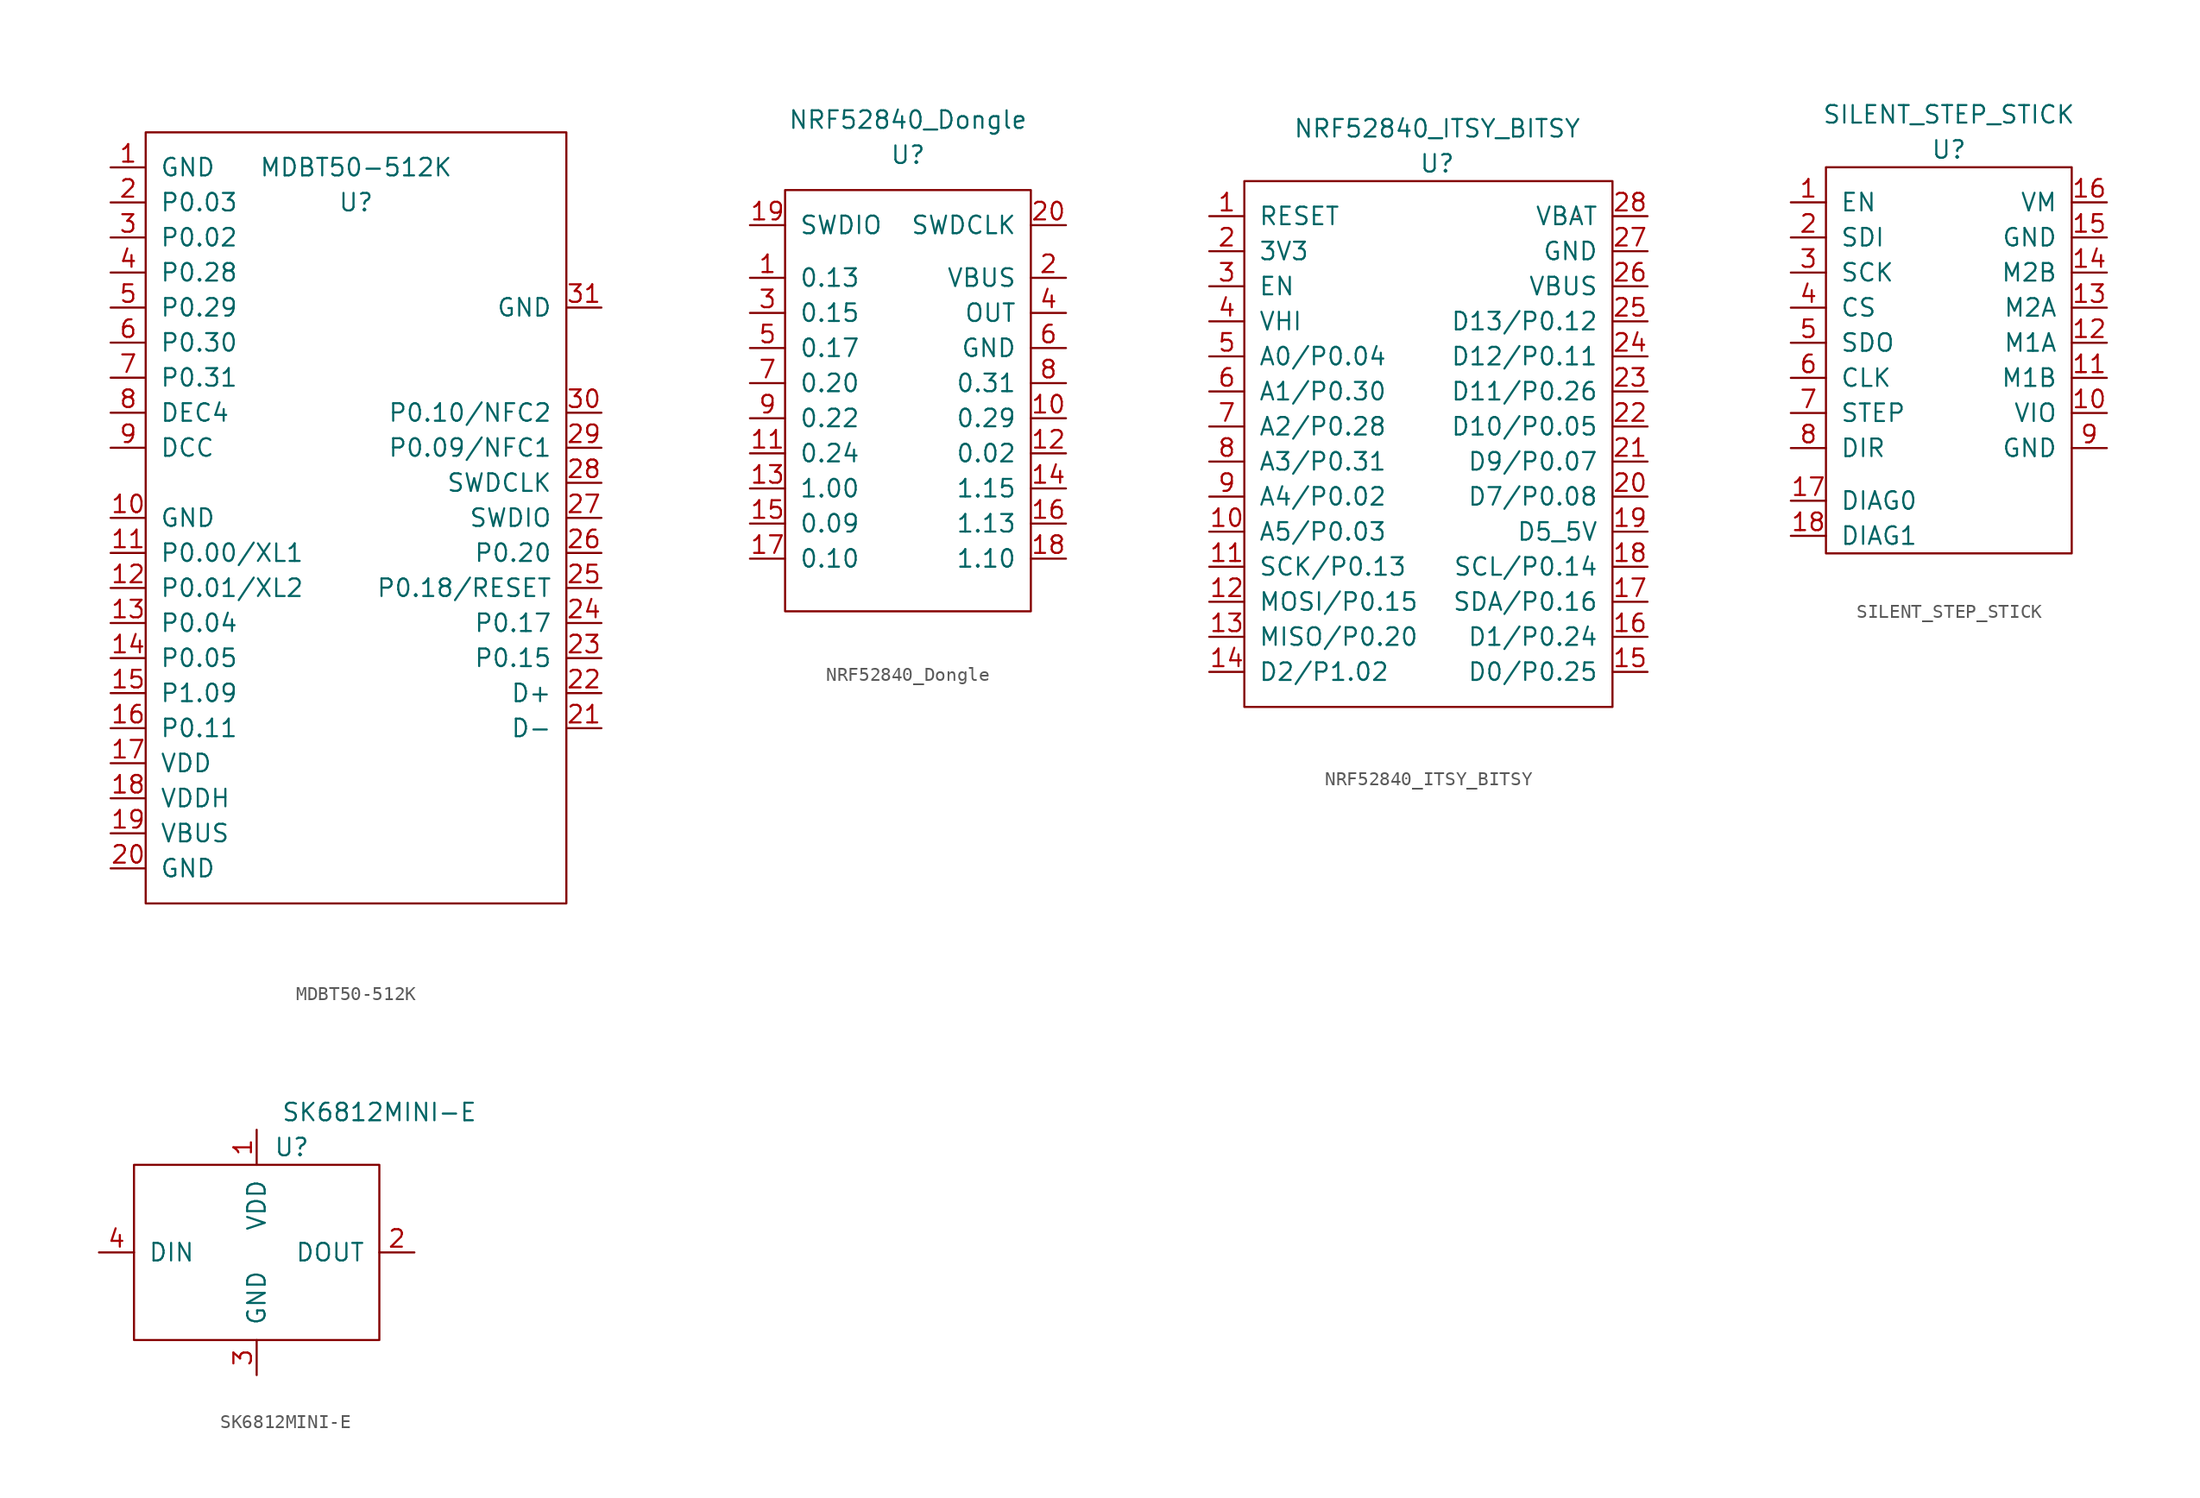
<source format=kicad_sym>
(kicad_symbol_lib
  (version 20220914)
  (generator kicad_symbol_editor)
  (symbol "MDBT50-512K"
    (pin_names
      (offset 1.016))
    (property "Reference" "U"
      (at 15.24 -5.08 0)
      (effects (font (size 1.27 1.27))))
    (property "Value" "MDBT50-512K"
      (at 15.24 -2.54 0)
      (effects (font (size 1.27 1.27))))
    (symbol "MDBT50-512K_0_1"
      (rectangle (start 0 0) (end 30.48 -55.88) (stroke (width 0) (type solid)) (fill (type none))))
    (symbol "MDBT50-512K_1_1"
      (pin input line (at -2.54 -2.54 0) (length 2.54) (name "GND" (effects (font (size 1.27 1.27)))) (number "1" (effects (font (size 1.27 1.27)))))
      (pin input line (at -2.54 -27.94 0) (length 2.54) (name "GND" (effects (font (size 1.27 1.27)))) (number "10" (effects (font (size 1.27 1.27)))))
      (pin input line (at -2.54 -30.48 0) (length 2.54) (name "P0.00/XL1" (effects (font (size 1.27 1.27)))) (number "11" (effects (font (size 1.27 1.27)))))
      (pin input line (at -2.54 -33.02 0) (length 2.54) (name "P0.01/XL2" (effects (font (size 1.27 1.27)))) (number "12" (effects (font (size 1.27 1.27)))))
      (pin input line (at -2.54 -35.56 0) (length 2.54) (name "P0.04" (effects (font (size 1.27 1.27)))) (number "13" (effects (font (size 1.27 1.27)))))
      (pin input line (at -2.54 -38.1 0) (length 2.54) (name "P0.05" (effects (font (size 1.27 1.27)))) (number "14" (effects (font (size 1.27 1.27)))))
      (pin input line (at -2.54 -40.64 0) (length 2.54) (name "P1.09" (effects (font (size 1.27 1.27)))) (number "15" (effects (font (size 1.27 1.27)))))
      (pin input line (at -2.54 -43.18 0) (length 2.54) (name "P0.11" (effects (font (size 1.27 1.27)))) (number "16" (effects (font (size 1.27 1.27)))))
      (pin input line (at -2.54 -45.72 0) (length 2.54) (name "VDD" (effects (font (size 1.27 1.27)))) (number "17" (effects (font (size 1.27 1.27)))))
      (pin input line (at -2.54 -48.26 0) (length 2.54) (name "VDDH" (effects (font (size 1.27 1.27)))) (number "18" (effects (font (size 1.27 1.27)))))
      (pin input line (at -2.54 -50.8 0) (length 2.54) (name "VBUS" (effects (font (size 1.27 1.27)))) (number "19" (effects (font (size 1.27 1.27)))))
      (pin input line (at -2.54 -5.08 0) (length 2.54) (name "P0.03" (effects (font (size 1.27 1.27)))) (number "2" (effects (font (size 1.27 1.27)))))
      (pin input line (at -2.54 -53.34 0) (length 2.54) (name "GND" (effects (font (size 1.27 1.27)))) (number "20" (effects (font (size 1.27 1.27)))))
      (pin input line (at 33.02 -43.18 180) (length 2.54) (name "D-" (effects (font (size 1.27 1.27)))) (number "21" (effects (font (size 1.27 1.27)))))
      (pin input line (at 33.02 -40.64 180) (length 2.54) (name "D+" (effects (font (size 1.27 1.27)))) (number "22" (effects (font (size 1.27 1.27)))))
      (pin input line (at 33.02 -38.1 180) (length 2.54) (name "P0.15" (effects (font (size 1.27 1.27)))) (number "23" (effects (font (size 1.27 1.27)))))
      (pin input line (at 33.02 -35.56 180) (length 2.54) (name "P0.17" (effects (font (size 1.27 1.27)))) (number "24" (effects (font (size 1.27 1.27)))))
      (pin input line (at 33.02 -33.02 180) (length 2.54) (name "P0.18/RESET" (effects (font (size 1.27 1.27)))) (number "25" (effects (font (size 1.27 1.27)))))
      (pin input line (at 33.02 -30.48 180) (length 2.54) (name "P0.20" (effects (font (size 1.27 1.27)))) (number "26" (effects (font (size 1.27 1.27)))))
      (pin input line (at 33.02 -27.94 180) (length 2.54) (name "SWDIO" (effects (font (size 1.27 1.27)))) (number "27" (effects (font (size 1.27 1.27)))))
      (pin input line (at 33.02 -25.4 180) (length 2.54) (name "SWDCLK" (effects (font (size 1.27 1.27)))) (number "28" (effects (font (size 1.27 1.27)))))
      (pin input line (at 33.02 -22.86 180) (length 2.54) (name "P0.09/NFC1" (effects (font (size 1.27 1.27)))) (number "29" (effects (font (size 1.27 1.27)))))
      (pin input line (at -2.54 -7.62 0) (length 2.54) (name "P0.02" (effects (font (size 1.27 1.27)))) (number "3" (effects (font (size 1.27 1.27)))))
      (pin input line (at 33.02 -20.32 180) (length 2.54) (name "P0.10/NFC2" (effects (font (size 1.27 1.27)))) (number "30" (effects (font (size 1.27 1.27)))))
      (pin input line (at 33.02 -12.7 180) (length 2.54) (name "GND" (effects (font (size 1.27 1.27)))) (number "31" (effects (font (size 1.27 1.27)))))
      (pin input line (at -2.54 -10.16 0) (length 2.54) (name "P0.28" (effects (font (size 1.27 1.27)))) (number "4" (effects (font (size 1.27 1.27)))))
      (pin input line (at -2.54 -12.7 0) (length 2.54) (name "P0.29" (effects (font (size 1.27 1.27)))) (number "5" (effects (font (size 1.27 1.27)))))
      (pin input line (at -2.54 -15.24 0) (length 2.54) (name "P0.30" (effects (font (size 1.27 1.27)))) (number "6" (effects (font (size 1.27 1.27)))))
      (pin input line (at -2.54 -17.78 0) (length 2.54) (name "P0.31" (effects (font (size 1.27 1.27)))) (number "7" (effects (font (size 1.27 1.27)))))
      (pin input line (at -2.54 -20.32 0) (length 2.54) (name "DEC4" (effects (font (size 1.27 1.27)))) (number "8" (effects (font (size 1.27 1.27)))))
      (pin input line (at -2.54 -22.86 0) (length 2.54) (name "DCC" (effects (font (size 1.27 1.27)))) (number "9" (effects (font (size 1.27 1.27)))))))
  (symbol "NRF52840_Dongle"
    (pin_names
      (offset 1.016))
    (property "Reference" "U"
      (at 0 6.35 0)
      (effects (font (size 1.27 1.27))))
    (property "Value" "NRF52840_Dongle"
      (at 0 8.89 0)
      (effects (font (size 1.27 1.27))))
    (symbol "NRF52840_Dongle_0_1"
      (rectangle (start -8.89 3.81) (end 8.89 -26.67) (stroke (width 0) (type solid)) (fill (type none))))
    (symbol "NRF52840_Dongle_1_1"
      (pin bidirectional line (at -11.43 -2.54 0) (length 2.54) (name "0.13" (effects (font (size 1.27 1.27)))) (number "1" (effects (font (size 1.27 1.27)))))
      (pin bidirectional line (at 11.43 -12.7 180) (length 2.54) (name "0.29" (effects (font (size 1.27 1.27)))) (number "10" (effects (font (size 1.27 1.27)))))
      (pin bidirectional line (at -11.43 -15.24 0) (length 2.54) (name "0.24" (effects (font (size 1.27 1.27)))) (number "11" (effects (font (size 1.27 1.27)))))
      (pin bidirectional line (at 11.43 -15.24 180) (length 2.54) (name "0.02" (effects (font (size 1.27 1.27)))) (number "12" (effects (font (size 1.27 1.27)))))
      (pin bidirectional line (at -11.43 -17.78 0) (length 2.54) (name "1.00" (effects (font (size 1.27 1.27)))) (number "13" (effects (font (size 1.27 1.27)))))
      (pin bidirectional line (at 11.43 -17.78 180) (length 2.54) (name "1.15" (effects (font (size 1.27 1.27)))) (number "14" (effects (font (size 1.27 1.27)))))
      (pin bidirectional line (at -11.43 -20.32 0) (length 2.54) (name "0.09" (effects (font (size 1.27 1.27)))) (number "15" (effects (font (size 1.27 1.27)))))
      (pin bidirectional line (at 11.43 -20.32 180) (length 2.54) (name "1.13" (effects (font (size 1.27 1.27)))) (number "16" (effects (font (size 1.27 1.27)))))
      (pin bidirectional line (at -11.43 -22.86 0) (length 2.54) (name "0.10" (effects (font (size 1.27 1.27)))) (number "17" (effects (font (size 1.27 1.27)))))
      (pin bidirectional line (at 11.43 -22.86 180) (length 2.54) (name "1.10" (effects (font (size 1.27 1.27)))) (number "18" (effects (font (size 1.27 1.27)))))
      (pin bidirectional line (at -11.43 1.27 0) (length 2.54) (name "SWDIO" (effects (font (size 1.27 1.27)))) (number "19" (effects (font (size 1.27 1.27)))))
      (pin bidirectional line (at 11.43 -2.54 180) (length 2.54) (name "VBUS" (effects (font (size 1.27 1.27)))) (number "2" (effects (font (size 1.27 1.27)))))
      (pin bidirectional line (at 11.43 1.27 180) (length 2.54) (name "SWDCLK" (effects (font (size 1.27 1.27)))) (number "20" (effects (font (size 1.27 1.27)))))
      (pin bidirectional line (at -11.43 -5.08 0) (length 2.54) (name "0.15" (effects (font (size 1.27 1.27)))) (number "3" (effects (font (size 1.27 1.27)))))
      (pin bidirectional line (at 11.43 -5.08 180) (length 2.54) (name "OUT" (effects (font (size 1.27 1.27)))) (number "4" (effects (font (size 1.27 1.27)))))
      (pin bidirectional line (at -11.43 -7.62 0) (length 2.54) (name "0.17" (effects (font (size 1.27 1.27)))) (number "5" (effects (font (size 1.27 1.27)))))
      (pin bidirectional line (at 11.43 -7.62 180) (length 2.54) (name "GND" (effects (font (size 1.27 1.27)))) (number "6" (effects (font (size 1.27 1.27)))))
      (pin bidirectional line (at -11.43 -10.16 0) (length 2.54) (name "0.20" (effects (font (size 1.27 1.27)))) (number "7" (effects (font (size 1.27 1.27)))))
      (pin bidirectional line (at 11.43 -10.16 180) (length 2.54) (name "0.31" (effects (font (size 1.27 1.27)))) (number "8" (effects (font (size 1.27 1.27)))))
      (pin bidirectional line (at -11.43 -12.7 0) (length 2.54) (name "0.22" (effects (font (size 1.27 1.27)))) (number "9" (effects (font (size 1.27 1.27)))))))
  (symbol "NRF52840_ITSY_BITSY"
    (pin_names
      (offset 1.016))
    (property "Reference" "U"
      (at 0 5.08 0)
      (effects (font (size 1.27 1.27))))
    (property "Value" "NRF52840_ITSY_BITSY"
      (at 0 7.62 0)
      (effects (font (size 1.27 1.27))))
    (symbol "NRF52840_ITSY_BITSY_0_1"
      (rectangle (start -13.97 3.81) (end 12.7 -34.29) (stroke (width 0) (type solid)) (fill (type none)))
      (rectangle (start 10.16 1.27) (end 10.16 1.27) (stroke (width 0) (type solid)) (fill (type none))))
    (symbol "NRF52840_ITSY_BITSY_1_1"
      (pin input line (at -16.51 1.27 0) (length 2.54) (name "RESET" (effects (font (size 1.27 1.27)))) (number "1" (effects (font (size 1.27 1.27)))))
      (pin input line (at -16.51 -21.59 0) (length 2.54) (name "A5/P0.03" (effects (font (size 1.27 1.27)))) (number "10" (effects (font (size 1.27 1.27)))))
      (pin input line (at -16.51 -24.13 0) (length 2.54) (name "SCK/P0.13" (effects (font (size 1.27 1.27)))) (number "11" (effects (font (size 1.27 1.27)))))
      (pin input line (at -16.51 -26.67 0) (length 2.54) (name "MOSI/P0.15" (effects (font (size 1.27 1.27)))) (number "12" (effects (font (size 1.27 1.27)))))
      (pin input line (at -16.51 -29.21 0) (length 2.54) (name "MISO/P0.20" (effects (font (size 1.27 1.27)))) (number "13" (effects (font (size 1.27 1.27)))))
      (pin input line (at -16.51 -31.75 0) (length 2.54) (name "D2/P1.02" (effects (font (size 1.27 1.27)))) (number "14" (effects (font (size 1.27 1.27)))))
      (pin input line (at 15.24 -31.75 180) (length 2.54) (name "D0/P0.25" (effects (font (size 1.27 1.27)))) (number "15" (effects (font (size 1.27 1.27)))))
      (pin input line (at 15.24 -29.21 180) (length 2.54) (name "D1/P0.24" (effects (font (size 1.27 1.27)))) (number "16" (effects (font (size 1.27 1.27)))))
      (pin input line (at 15.24 -26.67 180) (length 2.54) (name "SDA/P0.16" (effects (font (size 1.27 1.27)))) (number "17" (effects (font (size 1.27 1.27)))))
      (pin input line (at 15.24 -24.13 180) (length 2.54) (name "SCL/P0.14" (effects (font (size 1.27 1.27)))) (number "18" (effects (font (size 1.27 1.27)))))
      (pin input line (at 15.24 -21.59 180) (length 2.54) (name "D5_5V" (effects (font (size 1.27 1.27)))) (number "19" (effects (font (size 1.27 1.27)))))
      (pin input line (at -16.51 -1.27 0) (length 2.54) (name "3V3" (effects (font (size 1.27 1.27)))) (number "2" (effects (font (size 1.27 1.27)))))
      (pin input line (at 15.24 -19.05 180) (length 2.54) (name "D7/P0.08" (effects (font (size 1.27 1.27)))) (number "20" (effects (font (size 1.27 1.27)))))
      (pin input line (at 15.24 -16.51 180) (length 2.54) (name "D9/P0.07" (effects (font (size 1.27 1.27)))) (number "21" (effects (font (size 1.27 1.27)))))
      (pin input line (at 15.24 -13.97 180) (length 2.54) (name "D10/P0.05" (effects (font (size 1.27 1.27)))) (number "22" (effects (font (size 1.27 1.27)))))
      (pin input line (at 15.24 -11.43 180) (length 2.54) (name "D11/P0.26" (effects (font (size 1.27 1.27)))) (number "23" (effects (font (size 1.27 1.27)))))
      (pin input line (at 15.24 -8.89 180) (length 2.54) (name "D12/P0.11" (effects (font (size 1.27 1.27)))) (number "24" (effects (font (size 1.27 1.27)))))
      (pin input line (at 15.24 -6.35 180) (length 2.54) (name "D13/P0.12" (effects (font (size 1.27 1.27)))) (number "25" (effects (font (size 1.27 1.27)))))
      (pin input line (at 15.24 -3.81 180) (length 2.54) (name "VBUS" (effects (font (size 1.27 1.27)))) (number "26" (effects (font (size 1.27 1.27)))))
      (pin input line (at 15.24 -1.27 180) (length 2.54) (name "GND" (effects (font (size 1.27 1.27)))) (number "27" (effects (font (size 1.27 1.27)))))
      (pin input line (at 15.24 1.27 180) (length 2.54) (name "VBAT" (effects (font (size 1.27 1.27)))) (number "28" (effects (font (size 1.27 1.27)))))
      (pin input line (at -16.51 -3.81 0) (length 2.54) (name "EN" (effects (font (size 1.27 1.27)))) (number "3" (effects (font (size 1.27 1.27)))))
      (pin input line (at -16.51 -6.35 0) (length 2.54) (name "VHI" (effects (font (size 1.27 1.27)))) (number "4" (effects (font (size 1.27 1.27)))))
      (pin input line (at -16.51 -8.89 0) (length 2.54) (name "A0/P0.04" (effects (font (size 1.27 1.27)))) (number "5" (effects (font (size 1.27 1.27)))))
      (pin input line (at -16.51 -11.43 0) (length 2.54) (name "A1/P0.30" (effects (font (size 1.27 1.27)))) (number "6" (effects (font (size 1.27 1.27)))))
      (pin input line (at -16.51 -13.97 0) (length 2.54) (name "A2/P0.28" (effects (font (size 1.27 1.27)))) (number "7" (effects (font (size 1.27 1.27)))))
      (pin input line (at -16.51 -16.51 0) (length 2.54) (name "A3/P0.31" (effects (font (size 1.27 1.27)))) (number "8" (effects (font (size 1.27 1.27)))))
      (pin input line (at -16.51 -19.05 0) (length 2.54) (name "A4/P0.02" (effects (font (size 1.27 1.27)))) (number "9" (effects (font (size 1.27 1.27)))))))
  (symbol "SILENT_STEP_STICK"
    (pin_names
      (offset 1.016))
    (property "Reference" "U"
      (at 0 8.89 0)
      (effects (font (size 1.27 1.27))))
    (property "Value" "SILENT_STEP_STICK"
      (at 0 11.43 0)
      (effects (font (size 1.27 1.27))))
    (symbol "SILENT_STEP_STICK_0_1"
      (rectangle (start -8.89 7.62) (end 8.89 -20.32) (stroke (width 0) (type solid)) (fill (type none))))
    (symbol "SILENT_STEP_STICK_1_1"
      (pin input line (at -11.43 5.08 0) (length 2.54) (name "EN" (effects (font (size 1.27 1.27)))) (number "1" (effects (font (size 1.27 1.27)))))
      (pin input line (at 11.43 -10.16 180) (length 2.54) (name "VIO" (effects (font (size 1.27 1.27)))) (number "10" (effects (font (size 1.27 1.27)))))
      (pin input line (at 11.43 -7.62 180) (length 2.54) (name "M1B" (effects (font (size 1.27 1.27)))) (number "11" (effects (font (size 1.27 1.27)))))
      (pin input line (at 11.43 -5.08 180) (length 2.54) (name "M1A" (effects (font (size 1.27 1.27)))) (number "12" (effects (font (size 1.27 1.27)))))
      (pin input line (at 11.43 -2.54 180) (length 2.54) (name "M2A" (effects (font (size 1.27 1.27)))) (number "13" (effects (font (size 1.27 1.27)))))
      (pin input line (at 11.43 0 180) (length 2.54) (name "M2B" (effects (font (size 1.27 1.27)))) (number "14" (effects (font (size 1.27 1.27)))))
      (pin input line (at 11.43 2.54 180) (length 2.54) (name "GND" (effects (font (size 1.27 1.27)))) (number "15" (effects (font (size 1.27 1.27)))))
      (pin input line (at 11.43 5.08 180) (length 2.54) (name "VM" (effects (font (size 1.27 1.27)))) (number "16" (effects (font (size 1.27 1.27)))))
      (pin input line (at -11.43 -16.51 0) (length 2.54) (name "DIAG0" (effects (font (size 1.27 1.27)))) (number "17" (effects (font (size 1.27 1.27)))))
      (pin input line (at -11.43 -19.05 0) (length 2.54) (name "DIAG1" (effects (font (size 1.27 1.27)))) (number "18" (effects (font (size 1.27 1.27)))))
      (pin input line (at -11.43 2.54 0) (length 2.54) (name "SDI" (effects (font (size 1.27 1.27)))) (number "2" (effects (font (size 1.27 1.27)))))
      (pin input line (at -11.43 0 0) (length 2.54) (name "SCK" (effects (font (size 1.27 1.27)))) (number "3" (effects (font (size 1.27 1.27)))))
      (pin input line (at -11.43 -2.54 0) (length 2.54) (name "CS" (effects (font (size 1.27 1.27)))) (number "4" (effects (font (size 1.27 1.27)))))
      (pin input line (at -11.43 -5.08 0) (length 2.54) (name "SDO" (effects (font (size 1.27 1.27)))) (number "5" (effects (font (size 1.27 1.27)))))
      (pin input line (at -11.43 -7.62 0) (length 2.54) (name "CLK" (effects (font (size 1.27 1.27)))) (number "6" (effects (font (size 1.27 1.27)))))
      (pin input line (at -11.43 -10.16 0) (length 2.54) (name "STEP" (effects (font (size 1.27 1.27)))) (number "7" (effects (font (size 1.27 1.27)))))
      (pin input line (at -11.43 -12.7 0) (length 2.54) (name "DIR" (effects (font (size 1.27 1.27)))) (number "8" (effects (font (size 1.27 1.27)))))
      (pin input line (at 11.43 -12.7 180) (length 2.54) (name "GND" (effects (font (size 1.27 1.27)))) (number "9" (effects (font (size 1.27 1.27)))))))
  (symbol "SK6812MINI-E"
    (pin_names
      (offset 1.016))
    (property "Reference" "U"
      (at 2.54 1.27 0)
      (effects (font (size 1.27 1.27))))
    (property "Value" "SK6812MINI-E"
      (at 8.89 3.81 0)
      (effects (font (size 1.27 1.27))))
    (symbol "SK6812MINI-E_0_1"
      (rectangle (start -8.89 0) (end 8.89 -12.7) (stroke (width 0) (type solid)) (fill (type none))))
    (symbol "SK6812MINI-E_1_1"
      (pin input line (at 0 2.54 270) (length 2.54) (name "VDD" (effects (font (size 1.27 1.27)))) (number "1" (effects (font (size 1.27 1.27)))))
      (pin input line (at 11.43 -6.35 180) (length 2.54) (name "DOUT" (effects (font (size 1.27 1.27)))) (number "2" (effects (font (size 1.27 1.27)))))
      (pin input line (at 0 -15.24 90) (length 2.54) (name "GND" (effects (font (size 1.27 1.27)))) (number "3" (effects (font (size 1.27 1.27)))))
      (pin input line (at -11.43 -6.35 0) (length 2.54) (name "DIN" (effects (font (size 1.27 1.27)))) (number "4" (effects (font (size 1.27 1.27))))))))
</source>
